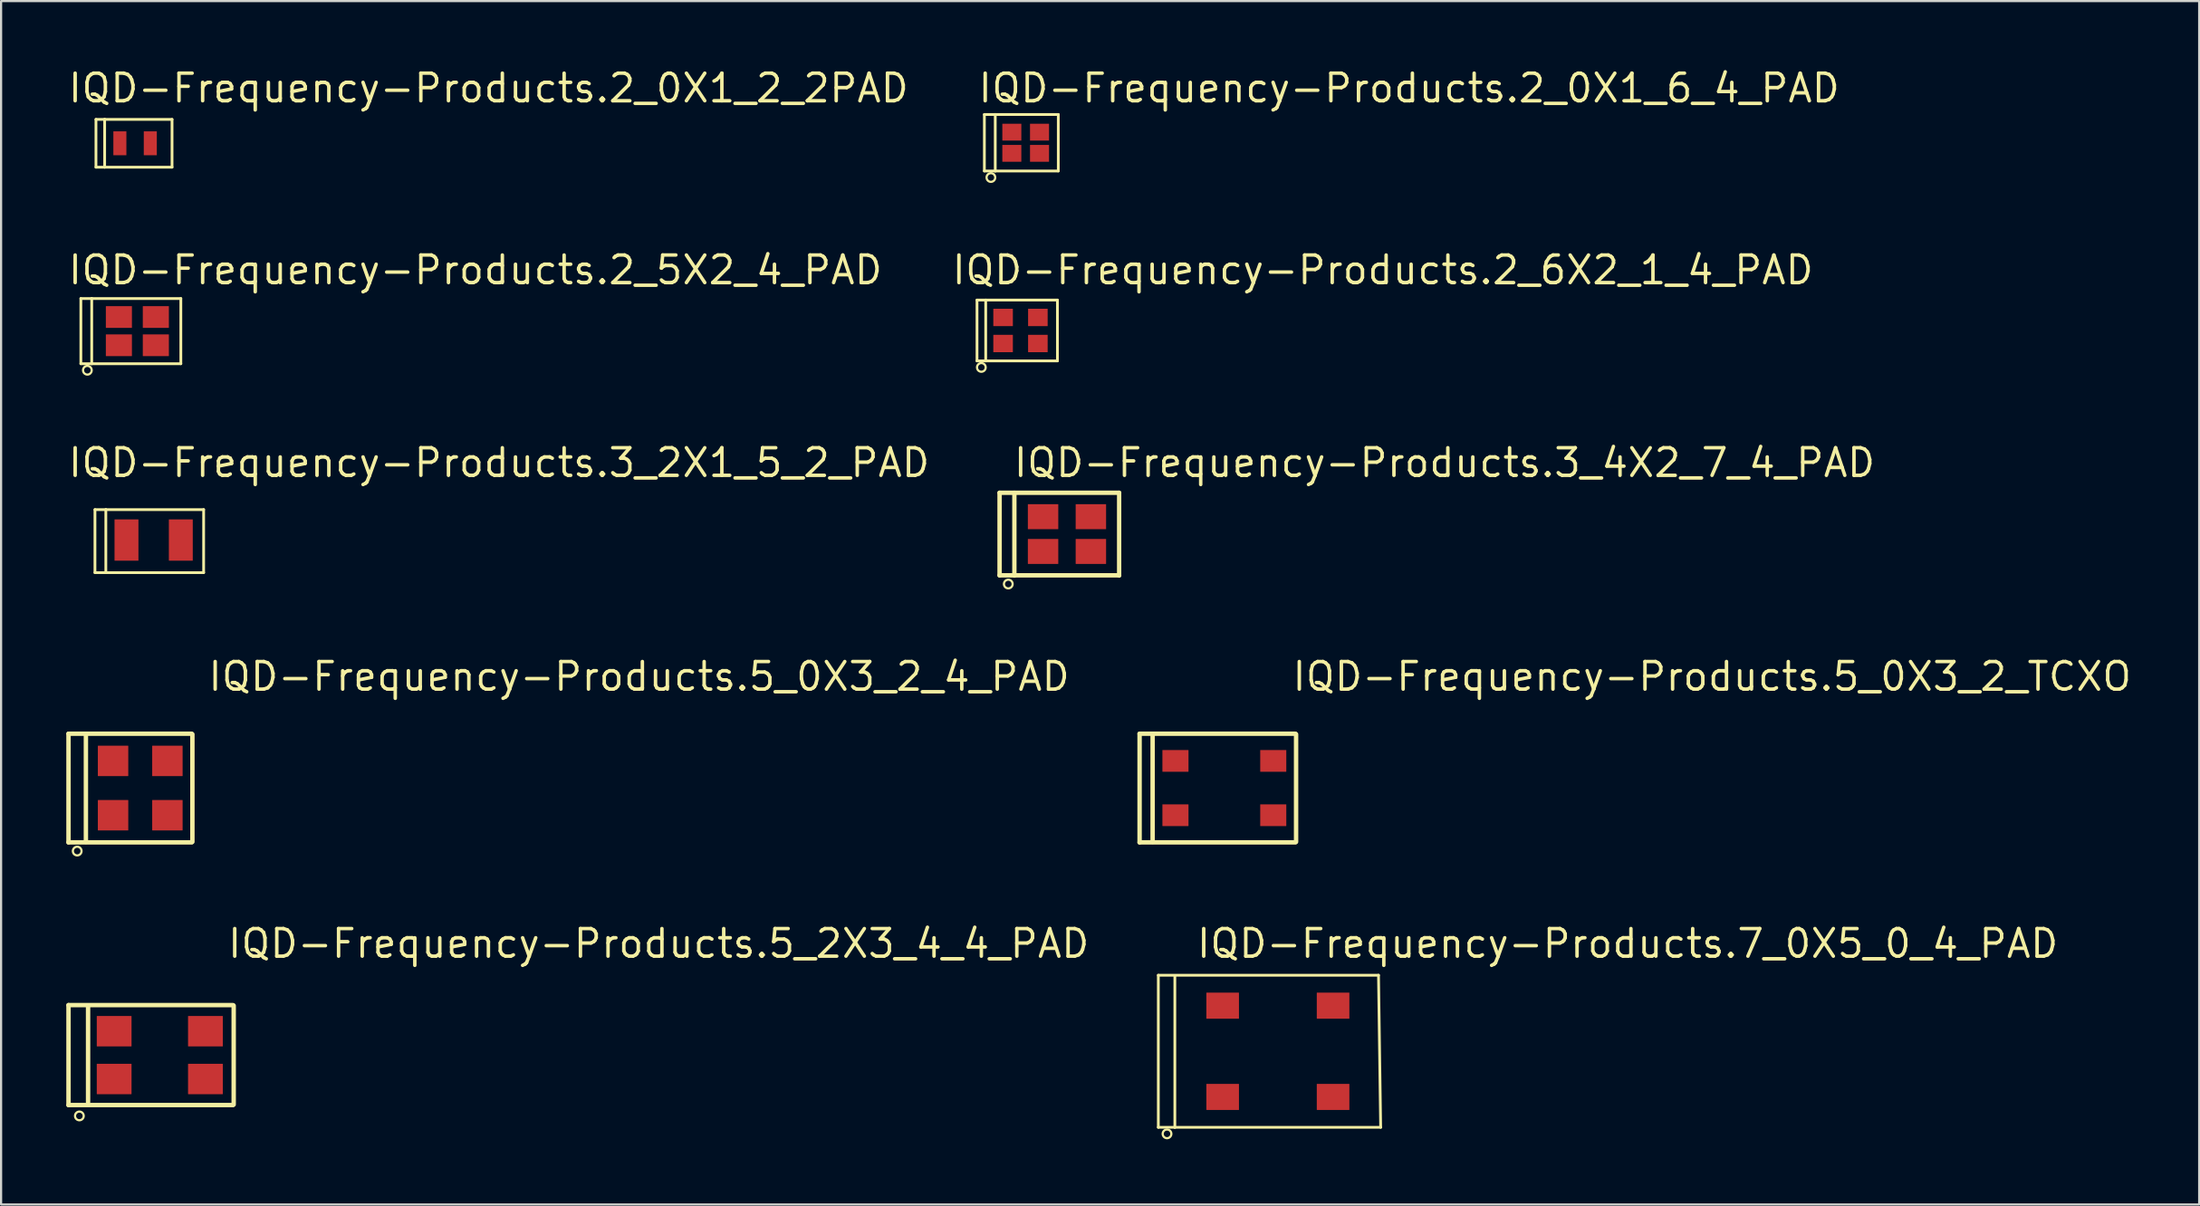
<source format=kicad_pcb>
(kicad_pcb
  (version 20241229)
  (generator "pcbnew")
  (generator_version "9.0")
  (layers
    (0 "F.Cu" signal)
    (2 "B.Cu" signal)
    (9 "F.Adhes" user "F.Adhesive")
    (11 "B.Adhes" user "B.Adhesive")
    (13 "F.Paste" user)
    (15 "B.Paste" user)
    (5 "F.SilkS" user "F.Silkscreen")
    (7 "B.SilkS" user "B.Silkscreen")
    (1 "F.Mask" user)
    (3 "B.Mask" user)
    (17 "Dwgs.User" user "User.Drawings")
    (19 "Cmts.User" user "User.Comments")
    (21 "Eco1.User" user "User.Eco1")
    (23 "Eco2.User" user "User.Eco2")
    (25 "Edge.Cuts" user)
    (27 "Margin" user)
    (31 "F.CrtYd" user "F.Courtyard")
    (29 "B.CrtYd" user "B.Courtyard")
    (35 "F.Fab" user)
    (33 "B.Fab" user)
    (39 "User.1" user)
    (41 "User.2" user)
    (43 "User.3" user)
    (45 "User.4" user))
  (footprint "IQD-Frequency-Products.7_0X5_0_4_PAD"
    (layer "F.Cu")
    (at 55.743 45.335)
    (property "Reference" "IQD-Frequency-Products.7_0X5_0_4_PAD" (at -3.819 -4.215 0) (layer "F.SilkS") (effects (font (size 1.27 1.27) (thickness 0.16)) (justify left bottom)))
    (attr smd)
    (fp_line (start -5.5 -3.5) (end -5.5 3.5) (stroke (width 0.127) (type default)) (layer "F.SilkS"))
    (fp_line (start -5.5 -3.5) (end 4.63 -3.5) (stroke (width 0.127) (type default)) (layer "F.SilkS"))
    (fp_line (start -5.5 3.5) (end -4.74 3.5) (stroke (width 0.127) (type default)) (layer "F.SilkS"))
    (fp_line (start -4.74 3.5) (end -4.74 -3.46) (stroke (width 0.127) (type default)) (layer "F.SilkS"))
    (fp_line (start 4.63 -3.5) (end 4.73 3.5) (stroke (width 0.127) (type default)) (layer "F.SilkS"))
    (fp_line (start 4.73 3.5) (end -4.74 3.5) (stroke (width 0.127) (type default)) (layer "F.SilkS"))
    (fp_circle (center -5.1 3.8) (end -4.9 3.8) (stroke (width 0.1) (type default)) (fill no) (layer "F.SilkS"))
    (pad "1" smd roundrect (at -2.54 2.1) (size 1.5 1.2) (layers "F.Cu" "F.Mask" "F.Paste") (roundrect_rratio 0.01))
    (pad "2" smd roundrect (at 2.54 2.1) (size 1.5 1.2) (layers "F.Cu" "F.Mask" "F.Paste") (roundrect_rratio 0.01))
    (pad "3" smd roundrect (at 2.54 -2.1 180) (size 1.5 1.2) (layers "F.Cu" "F.Mask" "F.Paste") (roundrect_rratio 0.01))
    (pad "4" smd roundrect (at -2.54 -2.1 180) (size 1.5 1.2) (layers "F.Cu" "F.Mask" "F.Paste") (roundrect_rratio 0.01)))
  (footprint "IQD-Frequency-Products.3_2X1_5_2_PAD"
    (layer "F.Cu")
    (at 4.019 21.805)
    (property "Reference" "IQD-Frequency-Products.3_2X1_5_2_PAD" (at -4.019 -2.815 0) (layer "F.SilkS") (effects (font (size 1.27 1.27) (thickness 0.16)) (justify left bottom)))
    (attr smd)
    (fp_line (start -2.7 -1.4) (end -2.7 1.5) (stroke (width 0.127) (type default)) (layer "F.SilkS"))
    (fp_line (start -2.7 1.5) (end -2.2 1.5) (stroke (width 0.127) (type default)) (layer "F.SilkS"))
    (fp_line (start -2.2 -1.4) (end -2.7 -1.4) (stroke (width 0.127) (type default)) (layer "F.SilkS"))
    (fp_line (start -2.2 -1.4) (end -2.2 1.5) (stroke (width 0.127) (type default)) (layer "F.SilkS"))
    (fp_line (start -2.2 1.5) (end -2.1 1.5) (stroke (width 0.127) (type default)) (layer "F.SilkS"))
    (fp_line (start -2.1 1.5) (end 2.3 1.5) (stroke (width 0.127) (type default)) (layer "F.SilkS"))
    (fp_line (start 2.3 -1.4) (end -2.2 -1.4) (stroke (width 0.127) (type default)) (layer "F.SilkS"))
    (fp_line (start 2.3 1.5) (end 2.3 -1.4) (stroke (width 0.127) (type default)) (layer "F.SilkS"))
    (pad "1" smd roundrect (at -1.25 0) (size 1.1 1.9) (layers "F.Cu" "F.Mask" "F.Paste") (roundrect_rratio 0.01))
    (pad "2" smd roundrect (at 1.25 0) (size 1.1 1.9) (layers "F.Cu" "F.Mask" "F.Paste") (roundrect_rratio 0.01)))
  (footprint "IQD-Frequency-Products.2_0X1_6_4_PAD"
    (layer "F.Cu")
    (at 44.14 3.52)
    (property "Reference" "IQD-Frequency-Products.2_0X1_6_4_PAD" (at -2.27 -1.77 0) (layer "F.SilkS") (effects (font (size 1.27 1.27) (thickness 0.16)) (justify left bottom)))
    (attr smd)
    (fp_line (start -1.9 -1.3) (end -1.9 1.3) (stroke (width 0.127) (type default)) (layer "F.SilkS"))
    (fp_line (start -1.9 1.3) (end -1.4 1.3) (stroke (width 0.127) (type default)) (layer "F.SilkS"))
    (fp_line (start -1.4 -1.3) (end -1.9 -1.3) (stroke (width 0.127) (type default)) (layer "F.SilkS"))
    (fp_line (start -1.4 -1.3) (end 1.5 -1.3) (stroke (width 0.127) (type default)) (layer "F.SilkS"))
    (fp_line (start -1.4 1.3) (end -1.4 -1.3) (stroke (width 0.127) (type default)) (layer "F.SilkS"))
    (fp_line (start 1.5 -1.3) (end 1.5 1.3) (stroke (width 0.127) (type default)) (layer "F.SilkS"))
    (fp_line (start 1.5 1.3) (end -1.4 1.3) (stroke (width 0.127) (type default)) (layer "F.SilkS"))
    (fp_circle (center -1.6 1.6) (end -1.4 1.6) (stroke (width 0.1) (type default)) (fill no) (layer "F.SilkS"))
    (pad "1" smd roundrect (at -0.637 0.487) (size 0.875 0.775) (layers "F.Cu" "F.Mask" "F.Paste") (roundrect_rratio 0.01))
    (pad "2" smd roundrect (at 0.637 0.487) (size 0.875 0.775) (layers "F.Cu" "F.Mask" "F.Paste") (roundrect_rratio 0.01))
    (pad "3" smd roundrect (at 0.637 -0.487 180) (size 0.875 0.775) (layers "F.Cu" "F.Mask" "F.Paste") (roundrect_rratio 0.01))
    (pad "4" smd roundrect (at -0.637 -0.487 180) (size 0.875 0.775) (layers "F.Cu" "F.Mask" "F.Paste") (roundrect_rratio 0.01)))
  (footprint "IQD-Frequency-Products.3_4X2_7_4_PAD"
    (layer "F.Cu")
    (at 46.04 21.53)
    (property "Reference" "IQD-Frequency-Products.3_4X2_7_4_PAD" (at -2.54 -2.54 0) (layer "F.SilkS") (effects (font (size 1.27 1.27) (thickness 0.16)) (justify left bottom)))
    (attr smd)
    (fp_line (start -3.1 -1.9) (end -3.1 1.9) (stroke (width 0.203) (type default)) (layer "F.SilkS"))
    (fp_line (start -3.1 -1.9) (end 2.4 -1.9) (stroke (width 0.203) (type default)) (layer "F.SilkS"))
    (fp_line (start -2.42 -1.9) (end -2.42 1.91) (stroke (width 0.2) (type default)) (layer "F.SilkS"))
    (fp_line (start 2.4 -1.9) (end 2.4 1.91) (stroke (width 0.2) (type default)) (layer "F.SilkS"))
    (fp_line (start 2.4 1.9) (end -3.1 1.9) (stroke (width 0.203) (type default)) (layer "F.SilkS"))
    (fp_circle (center -2.7 2.3) (end -2.5 2.3) (stroke (width 0.1) (type default)) (fill no) (layer "F.SilkS"))
    (pad "1" smd roundrect (at -1.1 0.8) (size 1.4 1.15) (layers "F.Cu" "F.Mask" "F.Paste") (roundrect_rratio 0.01))
    (pad "2" smd roundrect (at 1.1 0.8) (size 1.4 1.15) (layers "F.Cu" "F.Mask" "F.Paste") (roundrect_rratio 0.01))
    (pad "3" smd roundrect (at 1.1 -0.8 180) (size 1.4 1.15) (layers "F.Cu" "F.Mask" "F.Paste") (roundrect_rratio 0.01))
    (pad "4" smd roundrect (at -1.1 -0.8 180) (size 1.4 1.15) (layers "F.Cu" "F.Mask" "F.Paste") (roundrect_rratio 0.01)))
  (footprint "IQD-Frequency-Products.2_0X1_2_2PAD"
    (layer "F.Cu")
    (at 3.165 3.545)
    (property "Reference" "IQD-Frequency-Products.2_0X1_2_2PAD" (at -3.165 -1.795 0) (layer "F.SilkS") (effects (font (size 1.27 1.27) (thickness 0.16)) (justify left bottom)))
    (attr smd)
    (fp_line (start -1.8 -1.1) (end -1.8 1.1) (stroke (width 0.127) (type default)) (layer "F.SilkS"))
    (fp_line (start -1.8 1.1) (end -1.4 1.1) (stroke (width 0.127) (type default)) (layer "F.SilkS"))
    (fp_line (start -1.4 -1.1) (end -1.8 -1.1) (stroke (width 0.127) (type default)) (layer "F.SilkS"))
    (fp_line (start -1.4 -1.1) (end 1.7 -1.1) (stroke (width 0.127) (type default)) (layer "F.SilkS"))
    (fp_line (start -1.4 1.1) (end -1.4 -1.1) (stroke (width 0.127) (type default)) (layer "F.SilkS"))
    (fp_line (start 1.7 -1.1) (end 1.7 1.1) (stroke (width 0.127) (type default)) (layer "F.SilkS"))
    (fp_line (start 1.7 1.1) (end -1.4 1.1) (stroke (width 0.127) (type default)) (layer "F.SilkS"))
    (pad "1" smd roundrect (at -0.7 0) (size 0.6 1.1) (layers "F.Cu" "F.Mask" "F.Paste") (roundrect_rratio 0.01))
    (pad "2" smd roundrect (at 0.7 0) (size 0.6 1.1) (layers "F.Cu" "F.Mask" "F.Paste") (roundrect_rratio 0.01)))
  (footprint "IQD-Frequency-Products.5_0X3_2_4_PAD"
    (layer "F.Cu")
    (at 3.402 33.22)
    (property "Reference" "IQD-Frequency-Products.5_0X3_2_4_PAD" (at 3.04 -4.39 180) (layer "F.SilkS") (effects (font (size 1.27 1.27) (thickness 0.16)) (justify left bottom)))
    (attr smd)
    (fp_line (start -3.3 -2.5) (end -3.3 2.5) (stroke (width 0.203) (type default)) (layer "F.SilkS"))
    (fp_line (start -3.3 2.5) (end 2.368 2.5) (stroke (width 0.203) (type default)) (layer "F.SilkS"))
    (fp_line (start -2.5 -2.476) (end -2.5 2.476) (stroke (width 0.203) (type default)) (layer "F.SilkS"))
    (fp_line (start 2.368 -2.5) (end -3.3 -2.5) (stroke (width 0.203) (type default)) (layer "F.SilkS"))
    (fp_line (start 2.4 2.476) (end 2.4 -2.476) (stroke (width 0.203) (type default)) (layer "F.SilkS"))
    (fp_circle (center -2.9 2.9) (end -2.7 2.9) (stroke (width 0.1) (type default)) (fill no) (layer "F.SilkS"))
    (pad "1" smd roundrect (at -1.25 1.25 90) (size 1.4 1.4) (layers "F.Cu" "F.Mask" "F.Paste") (roundrect_rratio 0.01))
    (pad "2" smd roundrect (at 1.25 1.25 90) (size 1.4 1.4) (layers "F.Cu" "F.Mask" "F.Paste") (roundrect_rratio 0.01))
    (pad "3" smd roundrect (at 1.25 -1.25 270) (size 1.4 1.4) (layers "F.Cu" "F.Mask" "F.Paste") (roundrect_rratio 0.01))
    (pad "4" smd roundrect (at -1.25 -1.25 270) (size 1.4 1.4) (layers "F.Cu" "F.Mask" "F.Paste") (roundrect_rratio 0.01)))
  (footprint "IQD-Frequency-Products.2_6X2_1_4_PAD"
    (layer "F.Cu")
    (at 43.901 12.16)
    (property "Reference" "IQD-Frequency-Products.2_6X2_1_4_PAD" (at -3.24 -2.04 0) (layer "F.SilkS") (effects (font (size 1.27 1.27) (thickness 0.16)) (justify left bottom)))
    (attr smd)
    (fp_line (start -2 -1.4) (end -2 1.4) (stroke (width 0.127) (type default)) (layer "F.SilkS"))
    (fp_line (start -2 1.4) (end -1.6 1.4) (stroke (width 0.127) (type default)) (layer "F.SilkS"))
    (fp_line (start -1.6 -1.4) (end -2 -1.4) (stroke (width 0.127) (type default)) (layer "F.SilkS"))
    (fp_line (start -1.6 -1.4) (end 1.7 -1.4) (stroke (width 0.127) (type default)) (layer "F.SilkS"))
    (fp_line (start -1.6 1.4) (end -1.6 -1.4) (stroke (width 0.127) (type default)) (layer "F.SilkS"))
    (fp_line (start 1.7 -1.4) (end 1.7 1.4) (stroke (width 0.127) (type default)) (layer "F.SilkS"))
    (fp_line (start 1.7 1.4) (end -1.6 1.4) (stroke (width 0.127) (type default)) (layer "F.SilkS"))
    (fp_circle (center -1.8 1.7) (end -1.6 1.7) (stroke (width 0.1) (type default)) (fill no) (layer "F.SilkS"))
    (pad "1" smd roundrect (at -0.8 0.6) (size 0.9 0.8) (layers "F.Cu" "F.Mask" "F.Paste") (roundrect_rratio 0.01))
    (pad "2" smd roundrect (at 0.8 0.6) (size 0.9 0.8) (layers "F.Cu" "F.Mask" "F.Paste") (roundrect_rratio 0.01))
    (pad "3" smd roundrect (at 0.8 -0.6 180) (size 0.9 0.8) (layers "F.Cu" "F.Mask" "F.Paste") (roundrect_rratio 0.01))
    (pad "4" smd roundrect (at -0.8 -0.6 180) (size 0.9 0.8) (layers "F.Cu" "F.Mask" "F.Paste") (roundrect_rratio 0.01)))
  (footprint "IQD-Frequency-Products.5_2X3_4_4_PAD"
    (layer "F.Cu")
    (at 4.302 45.51)
    (property "Reference" "IQD-Frequency-Products.5_2X3_4_4_PAD" (at 3.04 -4.39 180) (layer "F.SilkS") (effects (font (size 1.27 1.27) (thickness 0.16)) (justify left bottom)))
    (attr smd)
    (fp_line (start -4.2 -2.3) (end -4.2 2.3) (stroke (width 0.203) (type default)) (layer "F.SilkS"))
    (fp_line (start -4.2 2.3) (end 3.368 2.3) (stroke (width 0.203) (type default)) (layer "F.SilkS"))
    (fp_line (start -3.3 -2.276) (end -3.3 2.176) (stroke (width 0.203) (type default)) (layer "F.SilkS"))
    (fp_line (start 3.368 -2.3) (end -4.2 -2.3) (stroke (width 0.203) (type default)) (layer "F.SilkS"))
    (fp_line (start 3.4 2.276) (end 3.4 -2.276) (stroke (width 0.203) (type default)) (layer "F.SilkS"))
    (fp_circle (center -3.7 2.8) (end -3.5 2.8) (stroke (width 0.1) (type default)) (fill no) (layer "F.SilkS"))
    (pad "1" smd roundrect (at -2.1 1.1 90) (size 1.4 1.6) (layers "F.Cu" "F.Mask" "F.Paste") (roundrect_rratio 0.01))
    (pad "2" smd roundrect (at 2.1 1.1 90) (size 1.4 1.6) (layers "F.Cu" "F.Mask" "F.Paste") (roundrect_rratio 0.01))
    (pad "3" smd roundrect (at 2.1 -1.1 270) (size 1.4 1.6) (layers "F.Cu" "F.Mask" "F.Paste") (roundrect_rratio 0.01))
    (pad "4" smd roundrect (at -2.1 -1.1 270) (size 1.4 1.6) (layers "F.Cu" "F.Mask" "F.Paste") (roundrect_rratio 0.01)))
  (footprint "IQD-Frequency-Products.2_5X2_4_PAD"
    (layer "F.Cu")
    (at 3.27 12.19)
    (property "Reference" "IQD-Frequency-Products.2_5X2_4_PAD" (at -3.27 -2.07 0) (layer "F.SilkS") (effects (font (size 1.27 1.27) (thickness 0.16)) (justify left bottom)))
    (attr smd)
    (fp_line (start -2.6 -1.5) (end -2.6 1.5) (stroke (width 0.127) (type default)) (layer "F.SilkS"))
    (fp_line (start -2.6 1.5) (end -2.1 1.5) (stroke (width 0.127) (type default)) (layer "F.SilkS"))
    (fp_line (start -2.1 -1.5) (end -2.6 -1.5) (stroke (width 0.127) (type default)) (layer "F.SilkS"))
    (fp_line (start -2.1 -1.5) (end -2.1 1.5) (stroke (width 0.127) (type default)) (layer "F.SilkS"))
    (fp_line (start -2.1 1.5) (end 2 1.5) (stroke (width 0.127) (type default)) (layer "F.SilkS"))
    (fp_line (start 2 -1.5) (end -2.1 -1.5) (stroke (width 0.127) (type default)) (layer "F.SilkS"))
    (fp_line (start 2 1.5) (end 2 -1.5) (stroke (width 0.127) (type default)) (layer "F.SilkS"))
    (fp_circle (center -2.3 1.8) (end -2.1 1.8) (stroke (width 0.1) (type default)) (fill no) (layer "F.SilkS"))
    (pad "1" smd roundrect (at -0.85 0.65) (size 1.2 1) (layers "F.Cu" "F.Mask" "F.Paste") (roundrect_rratio 0.01))
    (pad "2" smd roundrect (at 0.85 0.65) (size 1.2 1) (layers "F.Cu" "F.Mask" "F.Paste") (roundrect_rratio 0.01))
    (pad "3" smd roundrect (at 0.85 -0.65 180) (size 1.2 1) (layers "F.Cu" "F.Mask" "F.Paste") (roundrect_rratio 0.01))
    (pad "4" smd roundrect (at -0.85 -0.65 180) (size 1.2 1) (layers "F.Cu" "F.Mask" "F.Paste") (roundrect_rratio 0.01)))
  (footprint "IQD-Frequency-Products.5_0X3_2_TCXO"
    (layer "F.Cu")
    (at 53.281 33.22)
    (property "Reference" "IQD-Frequency-Products.5_0X3_2_TCXO" (at 3.04 -4.39 180) (layer "F.SilkS") (effects (font (size 1.27 1.27) (thickness 0.16)) (justify left bottom)))
    (attr smd)
    (fp_line (start -3.9 -2.5) (end -3.9 2.5) (stroke (width 0.203) (type default)) (layer "F.SilkS"))
    (fp_line (start -3.9 2.5) (end 3.268 2.5) (stroke (width 0.203) (type default)) (layer "F.SilkS"))
    (fp_line (start -3.3 -2.476) (end -3.3 2.476) (stroke (width 0.203) (type default)) (layer "F.SilkS"))
    (fp_line (start 3.268 -2.5) (end -3.9 -2.5) (stroke (width 0.203) (type default)) (layer "F.SilkS"))
    (fp_line (start 3.3 2.476) (end 3.3 -2.476) (stroke (width 0.203) (type default)) (layer "F.SilkS"))
    (pad "1" smd roundrect (at -2.25 1.25 90) (size 1 1.2) (layers "F.Cu" "F.Mask" "F.Paste") (roundrect_rratio 0.01))
    (pad "2" smd roundrect (at 2.25 1.25 90) (size 1 1.2) (layers "F.Cu" "F.Mask" "F.Paste") (roundrect_rratio 0.01))
    (pad "3" smd roundrect (at 2.25 -1.25 270) (size 1 1.2) (layers "F.Cu" "F.Mask" "F.Paste") (roundrect_rratio 0.01))
    (pad "4" smd roundrect (at -2.25 -1.25 270) (size 1 1.2) (layers "F.Cu" "F.Mask" "F.Paste") (roundrect_rratio 0.01)))
  (gr_rect
    (start -3 -3)
    (end 98.131 52.385)
    (stroke (width 0.1) (type default))
    (fill no)
    (layer "Edge.Cuts")))
</source>
